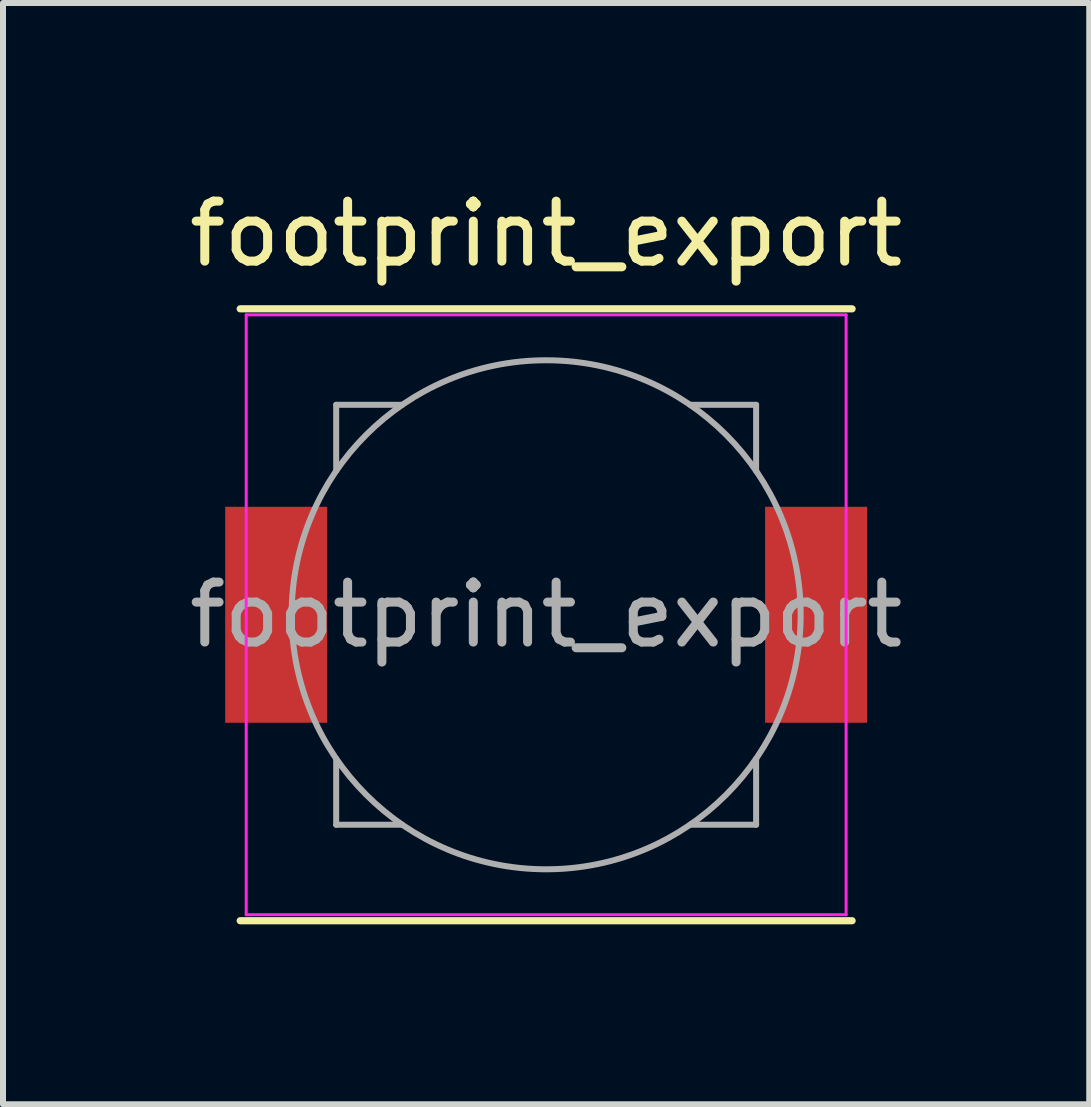
<source format=kicad_pcb>
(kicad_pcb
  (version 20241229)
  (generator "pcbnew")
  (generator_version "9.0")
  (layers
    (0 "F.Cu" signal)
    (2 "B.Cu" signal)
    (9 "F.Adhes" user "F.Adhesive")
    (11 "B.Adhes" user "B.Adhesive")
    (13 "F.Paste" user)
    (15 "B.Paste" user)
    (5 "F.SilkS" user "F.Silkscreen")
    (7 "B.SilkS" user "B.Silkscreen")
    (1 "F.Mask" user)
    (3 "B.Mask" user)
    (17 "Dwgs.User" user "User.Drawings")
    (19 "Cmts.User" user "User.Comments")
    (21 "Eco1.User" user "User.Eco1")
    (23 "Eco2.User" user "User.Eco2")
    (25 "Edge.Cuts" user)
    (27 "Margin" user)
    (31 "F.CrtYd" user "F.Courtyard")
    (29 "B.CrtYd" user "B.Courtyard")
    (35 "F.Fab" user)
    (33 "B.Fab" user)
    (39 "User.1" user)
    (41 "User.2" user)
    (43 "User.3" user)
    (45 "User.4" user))
  (footprint "footprint_export"
    (layer "F.Cu")
    (at 6.054 7.198)
    (property "Reference" "footprint_export" (at 0 -6.35 0) (layer "F.SilkS") (effects (font (size 1 1) (thickness 0.15))))
    (attr smd)
    (fp_line (start -5.1 -5.1) (end 5.1 -5.1) (stroke (width 0.12) (type solid)) (layer "F.SilkS"))
    (fp_line (start -5.1 5.1) (end 5.1 5.1) (stroke (width 0.12) (type solid)) (layer "F.SilkS"))
    (fp_line (start -5 -5) (end -5 5) (stroke (width 0.05) (type solid)) (layer "F.CrtYd"))
    (fp_line (start -5 5) (end 5 5) (stroke (width 0.05) (type solid)) (layer "F.CrtYd"))
    (fp_line (start 5 -5) (end -5 -5) (stroke (width 0.05) (type solid)) (layer "F.CrtYd"))
    (fp_line (start 5 5) (end 5 -5) (stroke (width 0.05) (type solid)) (layer "F.CrtYd"))
    (fp_line (start -3.5 -3.5) (end -2.4 -3.5) (stroke (width 0.1) (type solid)) (layer "F.Fab"))
    (fp_line (start -3.5 -2.4) (end -3.5 -3.5) (stroke (width 0.1) (type solid)) (layer "F.Fab"))
    (fp_line (start -3.5 2.4) (end -3.5 3.5) (stroke (width 0.1) (type solid)) (layer "F.Fab"))
    (fp_line (start -3.5 3.5) (end -2.4 3.5) (stroke (width 0.1) (type solid)) (layer "F.Fab"))
    (fp_line (start 3.5 -3.5) (end 2.4 -3.5) (stroke (width 0.1) (type solid)) (layer "F.Fab"))
    (fp_line (start 3.5 -3.5) (end 3.5 -2.4) (stroke (width 0.1) (type solid)) (layer "F.Fab"))
    (fp_line (start 3.5 2.4) (end 3.5 3.5) (stroke (width 0.1) (type solid)) (layer "F.Fab"))
    (fp_line (start 3.5 3.5) (end 2.4 3.5) (stroke (width 0.1) (type solid)) (layer "F.Fab"))
    (fp_circle (center 0 0) (end 3 3) (stroke (width 0.1) (type solid)) (fill no) (layer "F.Fab"))
    (fp_text user "${REFERENCE}" (at 0 0 0) (layer "F.Fab") (effects (font (size 1 1) (thickness 0.15))))
    (pad "1" smd rect (at -4.5 0) (size 1.7 3.6) (layers "F.Cu" "F.Mask" "F.Paste"))
    (pad "2" smd rect (at 4.5 0) (size 1.7 3.6) (layers "F.Cu" "F.Mask" "F.Paste")))
  (gr_rect
    (start -3 -3)
    (end 15.107 15.358)
    (stroke (width 0.1) (type default))
    (fill no)
    (layer "Edge.Cuts")))
</source>
